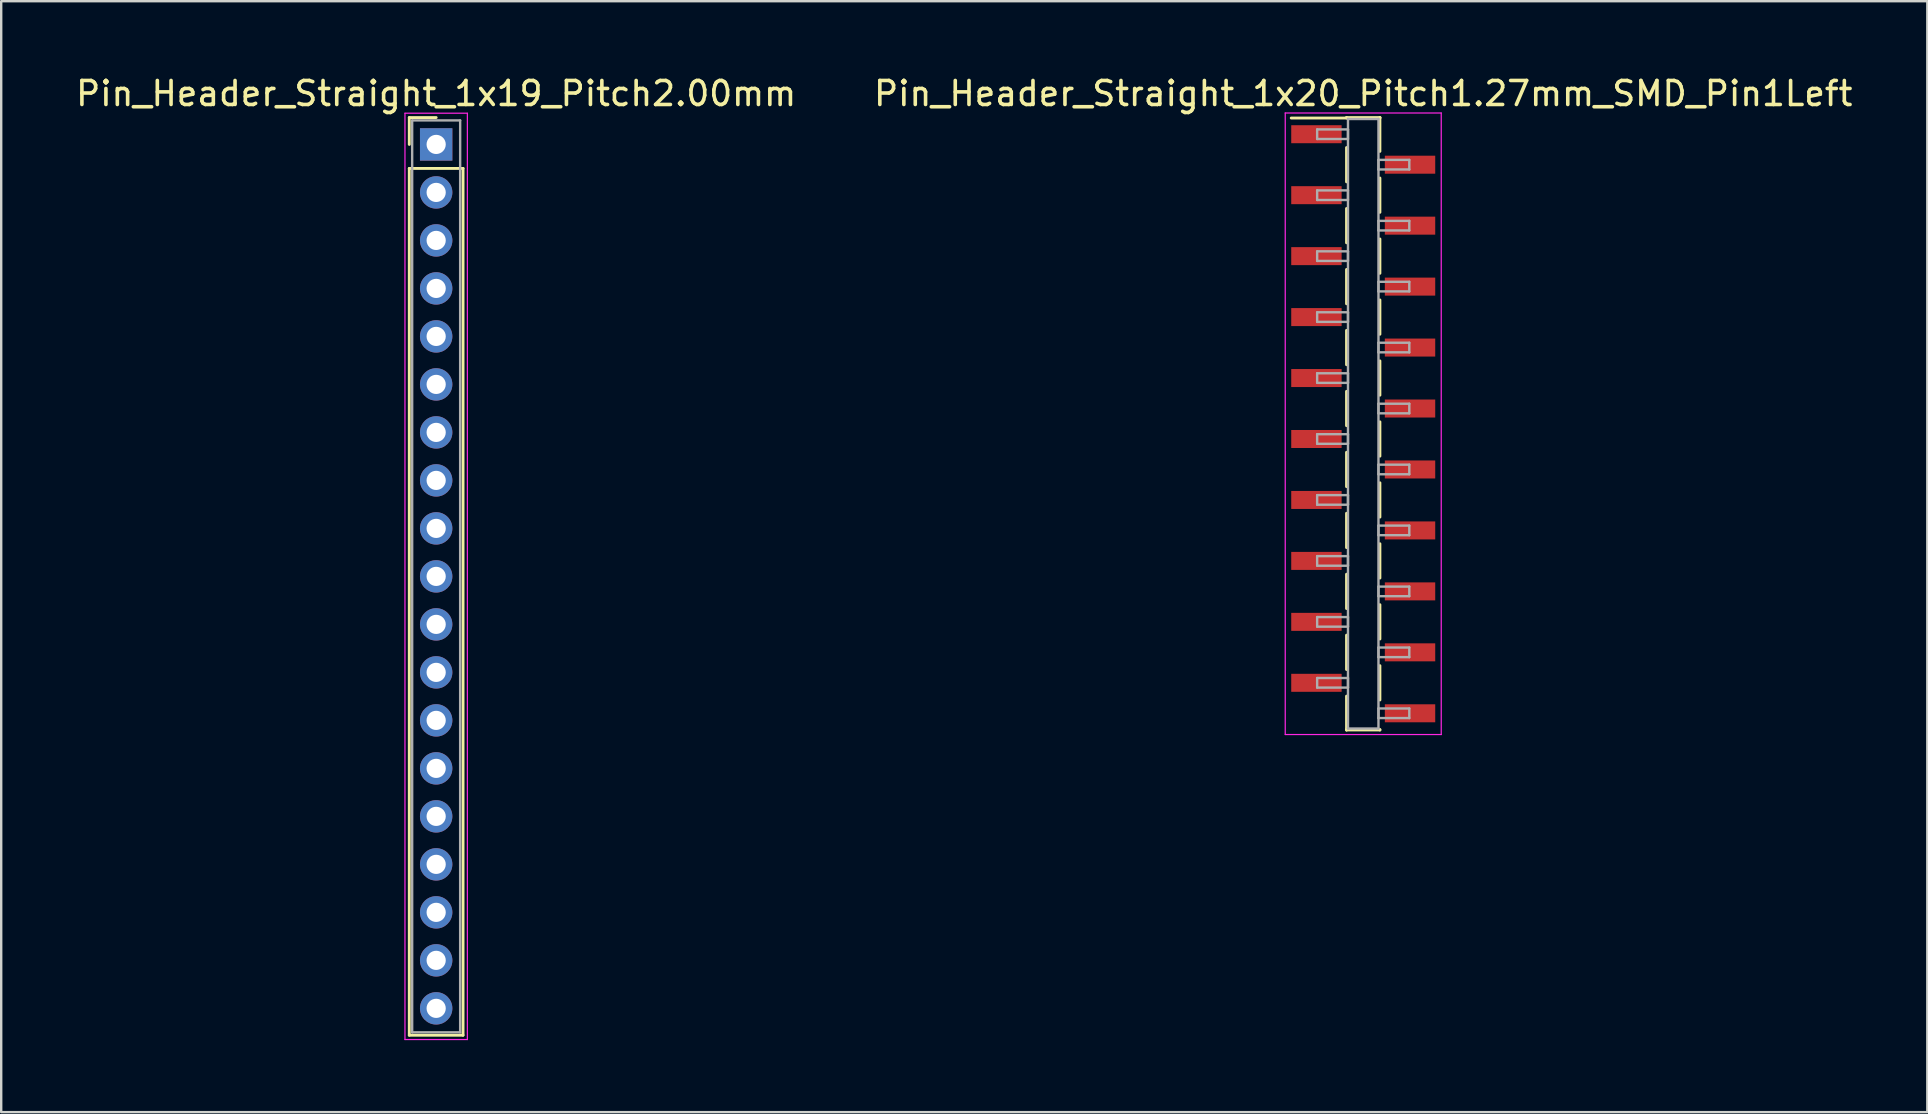
<source format=kicad_pcb>
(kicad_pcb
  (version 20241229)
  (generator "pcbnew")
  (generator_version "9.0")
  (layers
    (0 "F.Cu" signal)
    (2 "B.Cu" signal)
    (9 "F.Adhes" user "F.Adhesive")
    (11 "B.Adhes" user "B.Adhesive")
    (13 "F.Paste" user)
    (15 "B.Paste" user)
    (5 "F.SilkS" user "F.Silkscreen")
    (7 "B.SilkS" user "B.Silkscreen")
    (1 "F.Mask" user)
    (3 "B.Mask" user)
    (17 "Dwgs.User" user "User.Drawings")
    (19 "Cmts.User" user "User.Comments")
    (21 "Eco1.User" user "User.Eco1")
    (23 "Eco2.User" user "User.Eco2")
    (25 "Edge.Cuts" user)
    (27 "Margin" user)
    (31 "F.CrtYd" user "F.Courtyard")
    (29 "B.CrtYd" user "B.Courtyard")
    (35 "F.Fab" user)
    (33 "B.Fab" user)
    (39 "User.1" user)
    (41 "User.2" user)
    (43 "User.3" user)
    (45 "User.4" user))
  (footprint "Pin_Header_Straight_1x20_Pitch1.27mm_SMD_Pin1Left"
    (layer "F.Cu")
    (at 53.756 14.608)
    (property "Reference" "Pin_Header_Straight_1x20_Pitch1.27mm_SMD_Pin1Left" (at 0 -13.76 0) (layer "F.SilkS") (effects (font (size 1 1) (thickness 0.15))))
    (attr smd)
    (fp_line (start -0.695 -12.76) (end 0.695 -12.76) (stroke (width 0.12) (type solid)) (layer "F.SilkS"))
    (fp_line (start -0.695 -12.74) (end -3 -12.74) (stroke (width 0.12) (type solid)) (layer "F.SilkS"))
    (fp_line (start -0.695 -12.74) (end -0.695 -12.76) (stroke (width 0.12) (type solid)) (layer "F.SilkS"))
    (fp_line (start -0.695 -11.51) (end -0.695 -10.08) (stroke (width 0.12) (type solid)) (layer "F.SilkS"))
    (fp_line (start -0.695 -8.97) (end -0.695 -7.54) (stroke (width 0.12) (type solid)) (layer "F.SilkS"))
    (fp_line (start -0.695 -6.43) (end -0.695 -5) (stroke (width 0.12) (type solid)) (layer "F.SilkS"))
    (fp_line (start -0.695 -3.89) (end -0.695 -2.46) (stroke (width 0.12) (type solid)) (layer "F.SilkS"))
    (fp_line (start -0.695 -1.35) (end -0.695 0.08) (stroke (width 0.12) (type solid)) (layer "F.SilkS"))
    (fp_line (start -0.695 1.19) (end -0.695 2.62) (stroke (width 0.12) (type solid)) (layer "F.SilkS"))
    (fp_line (start -0.695 3.73) (end -0.695 5.16) (stroke (width 0.12) (type solid)) (layer "F.SilkS"))
    (fp_line (start -0.695 6.27) (end -0.695 7.7) (stroke (width 0.12) (type solid)) (layer "F.SilkS"))
    (fp_line (start -0.695 8.81) (end -0.695 10.24) (stroke (width 0.12) (type solid)) (layer "F.SilkS"))
    (fp_line (start -0.695 11.35) (end -0.695 12.76) (stroke (width 0.12) (type solid)) (layer "F.SilkS"))
    (fp_line (start -0.695 12.74) (end -0.695 12.76) (stroke (width 0.12) (type solid)) (layer "F.SilkS"))
    (fp_line (start -0.695 12.76) (end 0.695 12.76) (stroke (width 0.12) (type solid)) (layer "F.SilkS"))
    (fp_line (start 0.695 -12.76) (end 0.695 -12.74) (stroke (width 0.12) (type solid)) (layer "F.SilkS"))
    (fp_line (start 0.695 -12.76) (end 0.695 -11.35) (stroke (width 0.12) (type solid)) (layer "F.SilkS"))
    (fp_line (start 0.695 -10.24) (end 0.695 -8.81) (stroke (width 0.12) (type solid)) (layer "F.SilkS"))
    (fp_line (start 0.695 -7.7) (end 0.695 -6.27) (stroke (width 0.12) (type solid)) (layer "F.SilkS"))
    (fp_line (start 0.695 -5.16) (end 0.695 -3.73) (stroke (width 0.12) (type solid)) (layer "F.SilkS"))
    (fp_line (start 0.695 -2.62) (end 0.695 -1.19) (stroke (width 0.12) (type solid)) (layer "F.SilkS"))
    (fp_line (start 0.695 -0.08) (end 0.695 1.35) (stroke (width 0.12) (type solid)) (layer "F.SilkS"))
    (fp_line (start 0.695 2.46) (end 0.695 3.89) (stroke (width 0.12) (type solid)) (layer "F.SilkS"))
    (fp_line (start 0.695 5) (end 0.695 6.43) (stroke (width 0.12) (type solid)) (layer "F.SilkS"))
    (fp_line (start 0.695 7.54) (end 0.695 8.97) (stroke (width 0.12) (type solid)) (layer "F.SilkS"))
    (fp_line (start 0.695 10.08) (end 0.695 11.51) (stroke (width 0.12) (type solid)) (layer "F.SilkS"))
    (fp_line (start 0.695 12.76) (end 0.695 12.74) (stroke (width 0.12) (type solid)) (layer "F.SilkS"))
    (fp_line (start -3.25 -12.95) (end -3.25 12.95) (stroke (width 0.05) (type solid)) (layer "F.CrtYd"))
    (fp_line (start -3.25 12.95) (end 3.25 12.95) (stroke (width 0.05) (type solid)) (layer "F.CrtYd"))
    (fp_line (start 3.25 -12.95) (end -3.25 -12.95) (stroke (width 0.05) (type solid)) (layer "F.CrtYd"))
    (fp_line (start 3.25 12.95) (end 3.25 -12.95) (stroke (width 0.05) (type solid)) (layer "F.CrtYd"))
    (fp_line (start -1.92 -12.265) (end -0.635 -12.265) (stroke (width 0.1) (type solid)) (layer "F.Fab"))
    (fp_line (start -1.92 -11.865) (end -1.92 -12.265) (stroke (width 0.1) (type solid)) (layer "F.Fab"))
    (fp_line (start -1.92 -9.725) (end -0.635 -9.725) (stroke (width 0.1) (type solid)) (layer "F.Fab"))
    (fp_line (start -1.92 -9.325) (end -1.92 -9.725) (stroke (width 0.1) (type solid)) (layer "F.Fab"))
    (fp_line (start -1.92 -7.185) (end -0.635 -7.185) (stroke (width 0.1) (type solid)) (layer "F.Fab"))
    (fp_line (start -1.92 -6.785) (end -1.92 -7.185) (stroke (width 0.1) (type solid)) (layer "F.Fab"))
    (fp_line (start -1.92 -4.645) (end -0.635 -4.645) (stroke (width 0.1) (type solid)) (layer "F.Fab"))
    (fp_line (start -1.92 -4.245) (end -1.92 -4.645) (stroke (width 0.1) (type solid)) (layer "F.Fab"))
    (fp_line (start -1.92 -2.105) (end -0.635 -2.105) (stroke (width 0.1) (type solid)) (layer "F.Fab"))
    (fp_line (start -1.92 -1.705) (end -1.92 -2.105) (stroke (width 0.1) (type solid)) (layer "F.Fab"))
    (fp_line (start -1.92 0.435) (end -0.635 0.435) (stroke (width 0.1) (type solid)) (layer "F.Fab"))
    (fp_line (start -1.92 0.835) (end -1.92 0.435) (stroke (width 0.1) (type solid)) (layer "F.Fab"))
    (fp_line (start -1.92 2.975) (end -0.635 2.975) (stroke (width 0.1) (type solid)) (layer "F.Fab"))
    (fp_line (start -1.92 3.375) (end -1.92 2.975) (stroke (width 0.1) (type solid)) (layer "F.Fab"))
    (fp_line (start -1.92 5.515) (end -0.635 5.515) (stroke (width 0.1) (type solid)) (layer "F.Fab"))
    (fp_line (start -1.92 5.915) (end -1.92 5.515) (stroke (width 0.1) (type solid)) (layer "F.Fab"))
    (fp_line (start -1.92 8.055) (end -0.635 8.055) (stroke (width 0.1) (type solid)) (layer "F.Fab"))
    (fp_line (start -1.92 8.455) (end -1.92 8.055) (stroke (width 0.1) (type solid)) (layer "F.Fab"))
    (fp_line (start -1.92 10.595) (end -0.635 10.595) (stroke (width 0.1) (type solid)) (layer "F.Fab"))
    (fp_line (start -1.92 10.995) (end -1.92 10.595) (stroke (width 0.1) (type solid)) (layer "F.Fab"))
    (fp_line (start -0.635 -12.7) (end -0.635 12.7) (stroke (width 0.1) (type solid)) (layer "F.Fab"))
    (fp_line (start -0.635 -12.265) (end -0.635 -11.865) (stroke (width 0.1) (type solid)) (layer "F.Fab"))
    (fp_line (start -0.635 -11.865) (end -1.92 -11.865) (stroke (width 0.1) (type solid)) (layer "F.Fab"))
    (fp_line (start -0.635 -9.725) (end -0.635 -9.325) (stroke (width 0.1) (type solid)) (layer "F.Fab"))
    (fp_line (start -0.635 -9.325) (end -1.92 -9.325) (stroke (width 0.1) (type solid)) (layer "F.Fab"))
    (fp_line (start -0.635 -7.185) (end -0.635 -6.785) (stroke (width 0.1) (type solid)) (layer "F.Fab"))
    (fp_line (start -0.635 -6.785) (end -1.92 -6.785) (stroke (width 0.1) (type solid)) (layer "F.Fab"))
    (fp_line (start -0.635 -4.645) (end -0.635 -4.245) (stroke (width 0.1) (type solid)) (layer "F.Fab"))
    (fp_line (start -0.635 -4.245) (end -1.92 -4.245) (stroke (width 0.1) (type solid)) (layer "F.Fab"))
    (fp_line (start -0.635 -2.105) (end -0.635 -1.705) (stroke (width 0.1) (type solid)) (layer "F.Fab"))
    (fp_line (start -0.635 -1.705) (end -1.92 -1.705) (stroke (width 0.1) (type solid)) (layer "F.Fab"))
    (fp_line (start -0.635 0.435) (end -0.635 0.835) (stroke (width 0.1) (type solid)) (layer "F.Fab"))
    (fp_line (start -0.635 0.835) (end -1.92 0.835) (stroke (width 0.1) (type solid)) (layer "F.Fab"))
    (fp_line (start -0.635 2.975) (end -0.635 3.375) (stroke (width 0.1) (type solid)) (layer "F.Fab"))
    (fp_line (start -0.635 3.375) (end -1.92 3.375) (stroke (width 0.1) (type solid)) (layer "F.Fab"))
    (fp_line (start -0.635 5.515) (end -0.635 5.915) (stroke (width 0.1) (type solid)) (layer "F.Fab"))
    (fp_line (start -0.635 5.915) (end -1.92 5.915) (stroke (width 0.1) (type solid)) (layer "F.Fab"))
    (fp_line (start -0.635 8.055) (end -0.635 8.455) (stroke (width 0.1) (type solid)) (layer "F.Fab"))
    (fp_line (start -0.635 8.455) (end -1.92 8.455) (stroke (width 0.1) (type solid)) (layer "F.Fab"))
    (fp_line (start -0.635 10.595) (end -0.635 10.995) (stroke (width 0.1) (type solid)) (layer "F.Fab"))
    (fp_line (start -0.635 10.995) (end -1.92 10.995) (stroke (width 0.1) (type solid)) (layer "F.Fab"))
    (fp_line (start -0.635 12.7) (end 0.635 12.7) (stroke (width 0.1) (type solid)) (layer "F.Fab"))
    (fp_line (start 0.635 -12.7) (end -0.635 -12.7) (stroke (width 0.1) (type solid)) (layer "F.Fab"))
    (fp_line (start 0.635 -10.995) (end 0.635 -10.595) (stroke (width 0.1) (type solid)) (layer "F.Fab"))
    (fp_line (start 0.635 -10.595) (end 1.92 -10.595) (stroke (width 0.1) (type solid)) (layer "F.Fab"))
    (fp_line (start 0.635 -8.455) (end 0.635 -8.055) (stroke (width 0.1) (type solid)) (layer "F.Fab"))
    (fp_line (start 0.635 -8.055) (end 1.92 -8.055) (stroke (width 0.1) (type solid)) (layer "F.Fab"))
    (fp_line (start 0.635 -5.915) (end 0.635 -5.515) (stroke (width 0.1) (type solid)) (layer "F.Fab"))
    (fp_line (start 0.635 -5.515) (end 1.92 -5.515) (stroke (width 0.1) (type solid)) (layer "F.Fab"))
    (fp_line (start 0.635 -3.375) (end 0.635 -2.975) (stroke (width 0.1) (type solid)) (layer "F.Fab"))
    (fp_line (start 0.635 -2.975) (end 1.92 -2.975) (stroke (width 0.1) (type solid)) (layer "F.Fab"))
    (fp_line (start 0.635 -0.835) (end 0.635 -0.435) (stroke (width 0.1) (type solid)) (layer "F.Fab"))
    (fp_line (start 0.635 -0.435) (end 1.92 -0.435) (stroke (width 0.1) (type solid)) (layer "F.Fab"))
    (fp_line (start 0.635 1.705) (end 0.635 2.105) (stroke (width 0.1) (type solid)) (layer "F.Fab"))
    (fp_line (start 0.635 2.105) (end 1.92 2.105) (stroke (width 0.1) (type solid)) (layer "F.Fab"))
    (fp_line (start 0.635 4.245) (end 0.635 4.645) (stroke (width 0.1) (type solid)) (layer "F.Fab"))
    (fp_line (start 0.635 4.645) (end 1.92 4.645) (stroke (width 0.1) (type solid)) (layer "F.Fab"))
    (fp_line (start 0.635 6.785) (end 0.635 7.185) (stroke (width 0.1) (type solid)) (layer "F.Fab"))
    (fp_line (start 0.635 7.185) (end 1.92 7.185) (stroke (width 0.1) (type solid)) (layer "F.Fab"))
    (fp_line (start 0.635 9.325) (end 0.635 9.725) (stroke (width 0.1) (type solid)) (layer "F.Fab"))
    (fp_line (start 0.635 9.725) (end 1.92 9.725) (stroke (width 0.1) (type solid)) (layer "F.Fab"))
    (fp_line (start 0.635 11.865) (end 0.635 12.265) (stroke (width 0.1) (type solid)) (layer "F.Fab"))
    (fp_line (start 0.635 12.265) (end 1.92 12.265) (stroke (width 0.1) (type solid)) (layer "F.Fab"))
    (fp_line (start 0.635 12.7) (end 0.635 -12.7) (stroke (width 0.1) (type solid)) (layer "F.Fab"))
    (fp_line (start 1.92 -10.995) (end 0.635 -10.995) (stroke (width 0.1) (type solid)) (layer "F.Fab"))
    (fp_line (start 1.92 -10.595) (end 1.92 -10.995) (stroke (width 0.1) (type solid)) (layer "F.Fab"))
    (fp_line (start 1.92 -8.455) (end 0.635 -8.455) (stroke (width 0.1) (type solid)) (layer "F.Fab"))
    (fp_line (start 1.92 -8.055) (end 1.92 -8.455) (stroke (width 0.1) (type solid)) (layer "F.Fab"))
    (fp_line (start 1.92 -5.915) (end 0.635 -5.915) (stroke (width 0.1) (type solid)) (layer "F.Fab"))
    (fp_line (start 1.92 -5.515) (end 1.92 -5.915) (stroke (width 0.1) (type solid)) (layer "F.Fab"))
    (fp_line (start 1.92 -3.375) (end 0.635 -3.375) (stroke (width 0.1) (type solid)) (layer "F.Fab"))
    (fp_line (start 1.92 -2.975) (end 1.92 -3.375) (stroke (width 0.1) (type solid)) (layer "F.Fab"))
    (fp_line (start 1.92 -0.835) (end 0.635 -0.835) (stroke (width 0.1) (type solid)) (layer "F.Fab"))
    (fp_line (start 1.92 -0.435) (end 1.92 -0.835) (stroke (width 0.1) (type solid)) (layer "F.Fab"))
    (fp_line (start 1.92 1.705) (end 0.635 1.705) (stroke (width 0.1) (type solid)) (layer "F.Fab"))
    (fp_line (start 1.92 2.105) (end 1.92 1.705) (stroke (width 0.1) (type solid)) (layer "F.Fab"))
    (fp_line (start 1.92 4.245) (end 0.635 4.245) (stroke (width 0.1) (type solid)) (layer "F.Fab"))
    (fp_line (start 1.92 4.645) (end 1.92 4.245) (stroke (width 0.1) (type solid)) (layer "F.Fab"))
    (fp_line (start 1.92 6.785) (end 0.635 6.785) (stroke (width 0.1) (type solid)) (layer "F.Fab"))
    (fp_line (start 1.92 7.185) (end 1.92 6.785) (stroke (width 0.1) (type solid)) (layer "F.Fab"))
    (fp_line (start 1.92 9.325) (end 0.635 9.325) (stroke (width 0.1) (type solid)) (layer "F.Fab"))
    (fp_line (start 1.92 9.725) (end 1.92 9.325) (stroke (width 0.1) (type solid)) (layer "F.Fab"))
    (fp_line (start 1.92 11.865) (end 0.635 11.865) (stroke (width 0.1) (type solid)) (layer "F.Fab"))
    (fp_line (start 1.92 12.265) (end 1.92 11.865) (stroke (width 0.1) (type solid)) (layer "F.Fab"))
    (pad "1" smd rect (at -1.95 -12.065) (size 2.1 0.75) (layers "F.Cu" "F.Mask"))
    (pad "2" smd rect (at 1.95 -10.795) (size 2.1 0.75) (layers "F.Cu" "F.Mask"))
    (pad "3" smd rect (at -1.95 -9.525) (size 2.1 0.75) (layers "F.Cu" "F.Mask"))
    (pad "4" smd rect (at 1.95 -8.255) (size 2.1 0.75) (layers "F.Cu" "F.Mask"))
    (pad "5" smd rect (at -1.95 -6.985) (size 2.1 0.75) (layers "F.Cu" "F.Mask"))
    (pad "6" smd rect (at 1.95 -5.715) (size 2.1 0.75) (layers "F.Cu" "F.Mask"))
    (pad "7" smd rect (at -1.95 -4.445) (size 2.1 0.75) (layers "F.Cu" "F.Mask"))
    (pad "8" smd rect (at 1.95 -3.175) (size 2.1 0.75) (layers "F.Cu" "F.Mask"))
    (pad "9" smd rect (at -1.95 -1.905) (size 2.1 0.75) (layers "F.Cu" "F.Mask"))
    (pad "10" smd rect (at 1.95 -0.635) (size 2.1 0.75) (layers "F.Cu" "F.Mask"))
    (pad "11" smd rect (at -1.95 0.635) (size 2.1 0.75) (layers "F.Cu" "F.Mask"))
    (pad "12" smd rect (at 1.95 1.905) (size 2.1 0.75) (layers "F.Cu" "F.Mask"))
    (pad "13" smd rect (at -1.95 3.175) (size 2.1 0.75) (layers "F.Cu" "F.Mask"))
    (pad "14" smd rect (at 1.95 4.445) (size 2.1 0.75) (layers "F.Cu" "F.Mask"))
    (pad "15" smd rect (at -1.95 5.715) (size 2.1 0.75) (layers "F.Cu" "F.Mask"))
    (pad "16" smd rect (at 1.95 6.985) (size 2.1 0.75) (layers "F.Cu" "F.Mask"))
    (pad "17" smd rect (at -1.95 8.255) (size 2.1 0.75) (layers "F.Cu" "F.Mask"))
    (pad "18" smd rect (at 1.95 9.525) (size 2.1 0.75) (layers "F.Cu" "F.Mask"))
    (pad "19" smd rect (at -1.95 10.795) (size 2.1 0.75) (layers "F.Cu" "F.Mask"))
    (pad "20" smd rect (at 1.95 12.065) (size 2.1 0.75) (layers "F.Cu" "F.Mask")))
  (footprint "Pin_Header_Straight_1x19_Pitch2.00mm"
    (layer "F.Cu")
    (at 15.125 2.968)
    (property "Reference" "Pin_Header_Straight_1x19_Pitch2.00mm" (at 0 -2.12 0) (layer "F.SilkS") (effects (font (size 1 1) (thickness 0.15))))
    (attr through_hole)
    (fp_line (start -1.12 -1.12) (end 0 -1.12) (stroke (width 0.12) (type solid)) (layer "F.SilkS"))
    (fp_line (start -1.12 0) (end -1.12 -1.12) (stroke (width 0.12) (type solid)) (layer "F.SilkS"))
    (fp_line (start -1.12 1) (end -1.12 37.12) (stroke (width 0.12) (type solid)) (layer "F.SilkS"))
    (fp_line (start -1.12 37.12) (end 1.12 37.12) (stroke (width 0.12) (type solid)) (layer "F.SilkS"))
    (fp_line (start 1.12 1) (end -1.12 1) (stroke (width 0.12) (type solid)) (layer "F.SilkS"))
    (fp_line (start 1.12 37.12) (end 1.12 1) (stroke (width 0.12) (type solid)) (layer "F.SilkS"))
    (fp_line (start -1.3 -1.3) (end -1.3 37.3) (stroke (width 0.05) (type solid)) (layer "F.CrtYd"))
    (fp_line (start -1.3 37.3) (end 1.3 37.3) (stroke (width 0.05) (type solid)) (layer "F.CrtYd"))
    (fp_line (start 1.3 -1.3) (end -1.3 -1.3) (stroke (width 0.05) (type solid)) (layer "F.CrtYd"))
    (fp_line (start 1.3 37.3) (end 1.3 -1.3) (stroke (width 0.05) (type solid)) (layer "F.CrtYd"))
    (fp_line (start -1 -1) (end -1 37) (stroke (width 0.1) (type solid)) (layer "F.Fab"))
    (fp_line (start -1 37) (end 1 37) (stroke (width 0.1) (type solid)) (layer "F.Fab"))
    (fp_line (start 1 -1) (end -1 -1) (stroke (width 0.1) (type solid)) (layer "F.Fab"))
    (fp_line (start 1 37) (end 1 -1) (stroke (width 0.1) (type solid)) (layer "F.Fab"))
    (pad "1" thru_hole rect (at 0 0) (size 1.35 1.35) (drill 0.8) (layers "*.Cu" "*.Mask"))
    (pad "2" thru_hole oval (at 0 2) (size 1.35 1.35) (drill 0.8) (layers "*.Cu" "*.Mask"))
    (pad "3" thru_hole oval (at 0 4) (size 1.35 1.35) (drill 0.8) (layers "*.Cu" "*.Mask"))
    (pad "4" thru_hole oval (at 0 6) (size 1.35 1.35) (drill 0.8) (layers "*.Cu" "*.Mask"))
    (pad "5" thru_hole oval (at 0 8) (size 1.35 1.35) (drill 0.8) (layers "*.Cu" "*.Mask"))
    (pad "6" thru_hole oval (at 0 10) (size 1.35 1.35) (drill 0.8) (layers "*.Cu" "*.Mask"))
    (pad "7" thru_hole oval (at 0 12) (size 1.35 1.35) (drill 0.8) (layers "*.Cu" "*.Mask"))
    (pad "8" thru_hole oval (at 0 14) (size 1.35 1.35) (drill 0.8) (layers "*.Cu" "*.Mask"))
    (pad "9" thru_hole oval (at 0 16) (size 1.35 1.35) (drill 0.8) (layers "*.Cu" "*.Mask"))
    (pad "10" thru_hole oval (at 0 18) (size 1.35 1.35) (drill 0.8) (layers "*.Cu" "*.Mask"))
    (pad "11" thru_hole oval (at 0 20) (size 1.35 1.35) (drill 0.8) (layers "*.Cu" "*.Mask"))
    (pad "12" thru_hole oval (at 0 22) (size 1.35 1.35) (drill 0.8) (layers "*.Cu" "*.Mask"))
    (pad "13" thru_hole oval (at 0 24) (size 1.35 1.35) (drill 0.8) (layers "*.Cu" "*.Mask"))
    (pad "14" thru_hole oval (at 0 26) (size 1.35 1.35) (drill 0.8) (layers "*.Cu" "*.Mask"))
    (pad "15" thru_hole oval (at 0 28) (size 1.35 1.35) (drill 0.8) (layers "*.Cu" "*.Mask"))
    (pad "16" thru_hole oval (at 0 30) (size 1.35 1.35) (drill 0.8) (layers "*.Cu" "*.Mask"))
    (pad "17" thru_hole oval (at 0 32) (size 1.35 1.35) (drill 0.8) (layers "*.Cu" "*.Mask"))
    (pad "18" thru_hole oval (at 0 34) (size 1.35 1.35) (drill 0.8) (layers "*.Cu" "*.Mask"))
    (pad "19" thru_hole oval (at 0 36) (size 1.35 1.35) (drill 0.8) (layers "*.Cu" "*.Mask")))
  (gr_rect
    (start -3 -3)
    (end 77.262 43.293)
    (stroke (width 0.1) (type default))
    (fill no)
    (layer "Edge.Cuts")))
</source>
